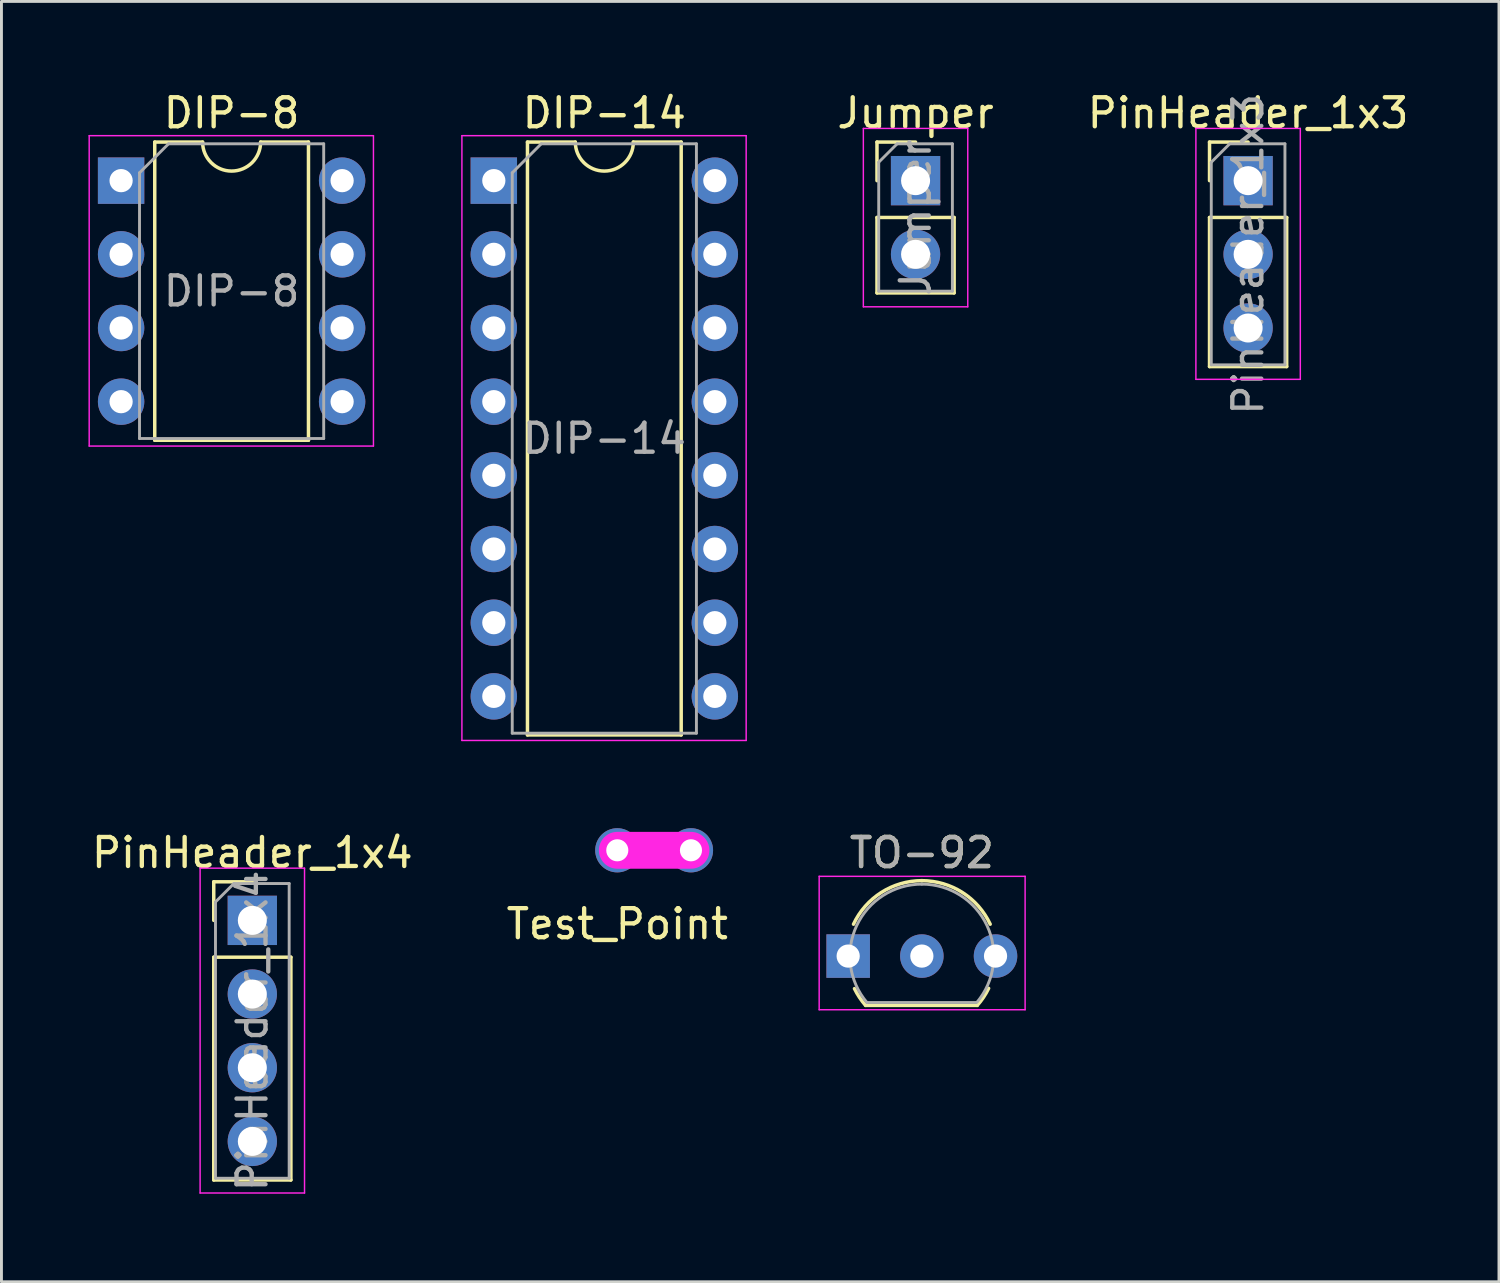
<source format=kicad_pcb>
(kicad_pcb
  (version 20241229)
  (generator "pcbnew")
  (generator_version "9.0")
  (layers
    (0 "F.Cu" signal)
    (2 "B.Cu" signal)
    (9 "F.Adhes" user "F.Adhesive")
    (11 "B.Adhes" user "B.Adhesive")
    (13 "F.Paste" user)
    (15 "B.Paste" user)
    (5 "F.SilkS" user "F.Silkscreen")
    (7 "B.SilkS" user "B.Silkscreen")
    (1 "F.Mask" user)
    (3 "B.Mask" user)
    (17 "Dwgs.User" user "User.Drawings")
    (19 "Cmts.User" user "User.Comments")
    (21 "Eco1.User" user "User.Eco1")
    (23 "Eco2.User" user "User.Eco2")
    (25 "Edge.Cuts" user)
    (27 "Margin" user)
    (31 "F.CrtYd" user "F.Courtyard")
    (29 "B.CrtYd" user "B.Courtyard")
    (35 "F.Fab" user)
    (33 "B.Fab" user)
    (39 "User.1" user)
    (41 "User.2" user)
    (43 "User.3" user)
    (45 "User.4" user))
  (footprint "PinHeader_1x4"
    (layer "F.Cu")
    (at 5.649 28.681)
    (property "Reference" "PinHeader_1x4" (at 0 -2.33 0) (layer "F.SilkS") (effects (font (size 1 1) (thickness 0.15))))
    (attr through_hole)
    (fp_line (start -1.33 -1.33) (end 0 -1.33) (stroke (width 0.12) (type solid)) (layer "F.SilkS"))
    (fp_line (start -1.33 0) (end -1.33 -1.33) (stroke (width 0.12) (type solid)) (layer "F.SilkS"))
    (fp_line (start -1.33 1.27) (end -1.33 8.95) (stroke (width 0.12) (type solid)) (layer "F.SilkS"))
    (fp_line (start -1.33 1.27) (end 1.33 1.27) (stroke (width 0.12) (type solid)) (layer "F.SilkS"))
    (fp_line (start -1.33 8.95) (end 1.33 8.95) (stroke (width 0.12) (type solid)) (layer "F.SilkS"))
    (fp_line (start 1.33 1.27) (end 1.33 8.95) (stroke (width 0.12) (type solid)) (layer "F.SilkS"))
    (fp_line (start -1.8 -1.8) (end -1.8 9.4) (stroke (width 0.05) (type solid)) (layer "F.CrtYd"))
    (fp_line (start -1.8 9.4) (end 1.8 9.4) (stroke (width 0.05) (type solid)) (layer "F.CrtYd"))
    (fp_line (start 1.8 -1.8) (end -1.8 -1.8) (stroke (width 0.05) (type solid)) (layer "F.CrtYd"))
    (fp_line (start 1.8 9.4) (end 1.8 -1.8) (stroke (width 0.05) (type solid)) (layer "F.CrtYd"))
    (fp_line (start -1.27 -0.635) (end -0.635 -1.27) (stroke (width 0.1) (type solid)) (layer "F.Fab"))
    (fp_line (start -1.27 8.89) (end -1.27 -0.635) (stroke (width 0.1) (type solid)) (layer "F.Fab"))
    (fp_line (start -0.635 -1.27) (end 1.27 -1.27) (stroke (width 0.1) (type solid)) (layer "F.Fab"))
    (fp_line (start 1.27 -1.27) (end 1.27 8.89) (stroke (width 0.1) (type solid)) (layer "F.Fab"))
    (fp_line (start 1.27 8.89) (end -1.27 8.89) (stroke (width 0.1) (type solid)) (layer "F.Fab"))
    (fp_text user "${REFERENCE}" (at 0 3.81 90) (layer "F.Fab") (effects (font (size 1 1) (thickness 0.15))))
    (pad "1" thru_hole rect (at 0 0) (size 1.7 1.7) (drill 1) (layers "*.Cu" "*.Mask"))
    (pad "2" thru_hole oval (at 0 2.54) (size 1.7 1.7) (drill 1) (layers "*.Cu" "*.Mask"))
    (pad "3" thru_hole oval (at 0 5.08) (size 1.7 1.7) (drill 1) (layers "*.Cu" "*.Mask"))
    (pad "4" thru_hole oval (at 0 7.62) (size 1.7 1.7) (drill 1) (layers "*.Cu" "*.Mask")))
  (footprint "Test_Point"
    (layer "F.Cu")
    (at 18.232 26.265)
    (property "Reference" "Test_Point" (at 0 2.54 0) (layer "F.SilkS") (effects (font (size 1 1) (thickness 0.15))))
    (attr through_hole)
    (fp_line (start 0 0) (end 2.54 0) (stroke (width 1.27) (type solid)) (layer "F.CrtYd"))
    (pad "1" thru_hole circle (at 0 0) (size 1.524 1.524) (drill 0.762) (layers "*.Cu" "*.Mask"))
    (pad "1" thru_hole circle (at 2.54 0) (size 1.524 1.524) (drill 0.762) (layers "*.Cu" "*.Mask")))
  (footprint "DIP-8"
    (layer "F.Cu")
    (at 1.125 3.178)
    (property "Reference" "DIP-8" (at 3.81 -2.33 0) (layer "F.SilkS") (effects (font (size 1 1) (thickness 0.15))))
    (attr through_hole)
    (fp_line (start 1.16 -1.33) (end 1.16 8.95) (stroke (width 0.12) (type solid)) (layer "F.SilkS"))
    (fp_line (start 1.16 8.95) (end 6.46 8.95) (stroke (width 0.12) (type solid)) (layer "F.SilkS"))
    (fp_line (start 2.81 -1.33) (end 1.16 -1.33) (stroke (width 0.12) (type solid)) (layer "F.SilkS"))
    (fp_line (start 6.46 -1.33) (end 4.81 -1.33) (stroke (width 0.12) (type solid)) (layer "F.SilkS"))
    (fp_line (start 6.46 8.95) (end 6.46 -1.33) (stroke (width 0.12) (type solid)) (layer "F.SilkS"))
    (fp_arc (start 4.81 -1.33) (mid 3.81 -0.33) (end 2.81 -1.33) (stroke (width 0.12) (type solid)) (layer "F.SilkS"))
    (fp_line (start -1.1 -1.55) (end -1.1 9.15) (stroke (width 0.05) (type solid)) (layer "F.CrtYd"))
    (fp_line (start -1.1 9.15) (end 8.7 9.15) (stroke (width 0.05) (type solid)) (layer "F.CrtYd"))
    (fp_line (start 8.7 -1.55) (end -1.1 -1.55) (stroke (width 0.05) (type solid)) (layer "F.CrtYd"))
    (fp_line (start 8.7 9.15) (end 8.7 -1.55) (stroke (width 0.05) (type solid)) (layer "F.CrtYd"))
    (fp_line (start 0.635 -0.27) (end 1.635 -1.27) (stroke (width 0.1) (type solid)) (layer "F.Fab"))
    (fp_line (start 0.635 8.89) (end 0.635 -0.27) (stroke (width 0.1) (type solid)) (layer "F.Fab"))
    (fp_line (start 1.635 -1.27) (end 6.985 -1.27) (stroke (width 0.1) (type solid)) (layer "F.Fab"))
    (fp_line (start 6.985 -1.27) (end 6.985 8.89) (stroke (width 0.1) (type solid)) (layer "F.Fab"))
    (fp_line (start 6.985 8.89) (end 0.635 8.89) (stroke (width 0.1) (type solid)) (layer "F.Fab"))
    (fp_text user "${REFERENCE}" (at 3.81 3.81 0) (layer "F.Fab") (effects (font (size 1 1) (thickness 0.15))))
    (pad "1" thru_hole rect (at 0 0) (size 1.6 1.6) (drill 0.8) (layers "*.Cu" "*.Mask"))
    (pad "2" thru_hole oval (at 0 2.54) (size 1.6 1.6) (drill 0.8) (layers "*.Cu" "*.Mask"))
    (pad "3" thru_hole oval (at 0 5.08) (size 1.6 1.6) (drill 0.8) (layers "*.Cu" "*.Mask"))
    (pad "4" thru_hole oval (at 0 7.62) (size 1.6 1.6) (drill 0.8) (layers "*.Cu" "*.Mask"))
    (pad "5" thru_hole oval (at 7.62 7.62) (size 1.6 1.6) (drill 0.8) (layers "*.Cu" "*.Mask"))
    (pad "6" thru_hole oval (at 7.62 5.08) (size 1.6 1.6) (drill 0.8) (layers "*.Cu" "*.Mask"))
    (pad "7" thru_hole oval (at 7.62 2.54) (size 1.6 1.6) (drill 0.8) (layers "*.Cu" "*.Mask"))
    (pad "8" thru_hole oval (at 7.62 0) (size 1.6 1.6) (drill 0.8) (layers "*.Cu" "*.Mask")))
  (footprint "TO-92"
    (layer "F.Cu")
    (at 26.192 29.912)
    (property "Reference" "TO-92" (at 2.54 -3.56 0) (layer "F.SilkS") (effects (font (size 1 1) (thickness 0.15))))
    (attr through_hole)
    (fp_line (start 0.6 1.7) (end 4.45 1.7) (stroke (width 0.12) (type solid)) (layer "F.SilkS"))
    (fp_arc (start 0.1836 -1.098807) (mid 1.143021 -2.192817) (end 2.54 -2.6) (stroke (width 0.12) (type solid)) (layer "F.SilkS"))
    (fp_arc (start 0.6 1.7) (mid 0.389183 1.423933) (end 0.217369 1.122045) (stroke (width 0.12) (type solid)) (layer "F.SilkS"))
    (fp_arc (start 2.54 -2.6) (mid 3.936979 -2.192818) (end 4.8964 -1.098807) (stroke (width 0.12) (type solid)) (layer "F.SilkS"))
    (fp_arc (start 4.842383 1.112264) (mid 4.666594 1.419753) (end 4.45 1.7) (stroke (width 0.12) (type solid)) (layer "F.SilkS"))
    (fp_line (start -1 -2.75) (end -1 1.85) (stroke (width 0.05) (type solid)) (layer "F.CrtYd"))
    (fp_line (start -1 -2.75) (end 6.1 -2.75) (stroke (width 0.05) (type solid)) (layer "F.CrtYd"))
    (fp_line (start 6.1 1.85) (end -1 1.85) (stroke (width 0.05) (type solid)) (layer "F.CrtYd"))
    (fp_line (start 6.1 1.85) (end 6.1 -2.75) (stroke (width 0.05) (type solid)) (layer "F.CrtYd"))
    (fp_line (start 0.65 1.6) (end 4.4 1.6) (stroke (width 0.1) (type solid)) (layer "F.Fab"))
    (fp_arc (start 0.647182 1.602385) (mid 0.290076 -1.043188) (end 2.54 -2.48) (stroke (width 0.1) (type solid)) (layer "F.Fab"))
    (fp_arc (start 2.54 -2.48) (mid 4.787211 -1.049019) (end 4.441103 1.592547) (stroke (width 0.1) (type solid)) (layer "F.Fab"))
    (fp_text user "${REFERENCE}" (at 2.54 -3.56 0) (layer "F.Fab") (effects (font (size 1 1) (thickness 0.15))))
    (pad "1" thru_hole rect (at 0 0 90) (size 1.5 1.5) (drill 0.8) (layers "*.Cu" "*.Mask"))
    (pad "2" thru_hole circle (at 2.54 0 90) (size 1.5 1.5) (drill 0.8) (layers "*.Cu" "*.Mask"))
    (pad "3" thru_hole circle (at 5.08 0 90) (size 1.5 1.5) (drill 0.8) (layers "*.Cu" "*.Mask")))
  (footprint "DIP-14"
    (layer "F.Cu")
    (at 13.975 3.178)
    (property "Reference" "DIP-14" (at 3.81 -2.33 0) (layer "F.SilkS") (effects (font (size 1 1) (thickness 0.15))))
    (attr through_hole)
    (fp_line (start 1.16 -1.33) (end 1.16 19.11) (stroke (width 0.12) (type solid)) (layer "F.SilkS"))
    (fp_line (start 1.16 19.11) (end 6.46 19.11) (stroke (width 0.12) (type solid)) (layer "F.SilkS"))
    (fp_line (start 2.81 -1.33) (end 1.16 -1.33) (stroke (width 0.12) (type solid)) (layer "F.SilkS"))
    (fp_line (start 6.46 -1.33) (end 4.81 -1.33) (stroke (width 0.12) (type solid)) (layer "F.SilkS"))
    (fp_line (start 6.46 19.11) (end 6.46 -1.33) (stroke (width 0.12) (type solid)) (layer "F.SilkS"))
    (fp_arc (start 4.81 -1.33) (mid 3.81 -0.33) (end 2.81 -1.33) (stroke (width 0.12) (type solid)) (layer "F.SilkS"))
    (fp_line (start -1.1 -1.55) (end -1.1 19.3) (stroke (width 0.05) (type solid)) (layer "F.CrtYd"))
    (fp_line (start -1.1 19.3) (end 8.7 19.3) (stroke (width 0.05) (type solid)) (layer "F.CrtYd"))
    (fp_line (start 8.7 -1.55) (end -1.1 -1.55) (stroke (width 0.05) (type solid)) (layer "F.CrtYd"))
    (fp_line (start 8.7 19.3) (end 8.7 -1.55) (stroke (width 0.05) (type solid)) (layer "F.CrtYd"))
    (fp_line (start 0.635 -0.27) (end 1.635 -1.27) (stroke (width 0.1) (type solid)) (layer "F.Fab"))
    (fp_line (start 0.635 19.05) (end 0.635 -0.27) (stroke (width 0.1) (type solid)) (layer "F.Fab"))
    (fp_line (start 1.635 -1.27) (end 6.985 -1.27) (stroke (width 0.1) (type solid)) (layer "F.Fab"))
    (fp_line (start 6.985 -1.27) (end 6.985 19.05) (stroke (width 0.1) (type solid)) (layer "F.Fab"))
    (fp_line (start 6.985 19.05) (end 0.635 19.05) (stroke (width 0.1) (type solid)) (layer "F.Fab"))
    (fp_text user "${REFERENCE}" (at 3.81 8.89 0) (layer "F.Fab") (effects (font (size 1 1) (thickness 0.15))))
    (pad "" thru_hole oval (at 0 17.78) (size 1.6 1.6) (drill 0.8) (layers "*.Cu" "*.Mask"))
    (pad "" thru_hole oval (at 7.62 17.78) (size 1.6 1.6) (drill 0.8) (layers "*.Cu" "*.Mask"))
    (pad "1" thru_hole rect (at 0 0) (size 1.6 1.6) (drill 0.8) (layers "*.Cu" "*.Mask"))
    (pad "2" thru_hole oval (at 0 2.54) (size 1.6 1.6) (drill 0.8) (layers "*.Cu" "*.Mask"))
    (pad "3" thru_hole oval (at 0 5.08) (size 1.6 1.6) (drill 0.8) (layers "*.Cu" "*.Mask"))
    (pad "4" thru_hole oval (at 0 7.62) (size 1.6 1.6) (drill 0.8) (layers "*.Cu" "*.Mask"))
    (pad "5" thru_hole oval (at 0 10.16) (size 1.6 1.6) (drill 0.8) (layers "*.Cu" "*.Mask"))
    (pad "6" thru_hole oval (at 0 12.7) (size 1.6 1.6) (drill 0.8) (layers "*.Cu" "*.Mask"))
    (pad "7" thru_hole oval (at 0 15.24) (size 1.6 1.6) (drill 0.8) (layers "*.Cu" "*.Mask"))
    (pad "8" thru_hole oval (at 7.62 15.24) (size 1.6 1.6) (drill 0.8) (layers "*.Cu" "*.Mask"))
    (pad "9" thru_hole oval (at 7.62 12.7) (size 1.6 1.6) (drill 0.8) (layers "*.Cu" "*.Mask"))
    (pad "10" thru_hole oval (at 7.62 10.16) (size 1.6 1.6) (drill 0.8) (layers "*.Cu" "*.Mask"))
    (pad "11" thru_hole oval (at 7.62 7.62) (size 1.6 1.6) (drill 0.8) (layers "*.Cu" "*.Mask"))
    (pad "12" thru_hole oval (at 7.62 5.08) (size 1.6 1.6) (drill 0.8) (layers "*.Cu" "*.Mask"))
    (pad "13" thru_hole oval (at 7.62 2.54) (size 1.6 1.6) (drill 0.8) (layers "*.Cu" "*.Mask"))
    (pad "14" thru_hole oval (at 7.62 0) (size 1.6 1.6) (drill 0.8) (layers "*.Cu" "*.Mask")))
  (footprint "PinHeader_1x3"
    (layer "F.Cu")
    (at 39.98 3.178)
    (property "Reference" "PinHeader_1x3" (at 0 -2.33 0) (layer "F.SilkS") (effects (font (size 1 1) (thickness 0.15))))
    (attr through_hole)
    (fp_line (start -1.33 -1.33) (end 0 -1.33) (stroke (width 0.12) (type solid)) (layer "F.SilkS"))
    (fp_line (start -1.33 0) (end -1.33 -1.33) (stroke (width 0.12) (type solid)) (layer "F.SilkS"))
    (fp_line (start -1.33 1.27) (end -1.33 6.41) (stroke (width 0.12) (type solid)) (layer "F.SilkS"))
    (fp_line (start -1.33 1.27) (end 1.33 1.27) (stroke (width 0.12) (type solid)) (layer "F.SilkS"))
    (fp_line (start -1.33 6.41) (end 1.33 6.41) (stroke (width 0.12) (type solid)) (layer "F.SilkS"))
    (fp_line (start 1.33 1.27) (end 1.33 6.41) (stroke (width 0.12) (type solid)) (layer "F.SilkS"))
    (fp_line (start -1.8 -1.8) (end -1.8 6.85) (stroke (width 0.05) (type solid)) (layer "F.CrtYd"))
    (fp_line (start -1.8 6.85) (end 1.8 6.85) (stroke (width 0.05) (type solid)) (layer "F.CrtYd"))
    (fp_line (start 1.8 -1.8) (end -1.8 -1.8) (stroke (width 0.05) (type solid)) (layer "F.CrtYd"))
    (fp_line (start 1.8 6.85) (end 1.8 -1.8) (stroke (width 0.05) (type solid)) (layer "F.CrtYd"))
    (fp_line (start -1.27 -0.635) (end -0.635 -1.27) (stroke (width 0.1) (type solid)) (layer "F.Fab"))
    (fp_line (start -1.27 6.35) (end -1.27 -0.635) (stroke (width 0.1) (type solid)) (layer "F.Fab"))
    (fp_line (start -0.635 -1.27) (end 1.27 -1.27) (stroke (width 0.1) (type solid)) (layer "F.Fab"))
    (fp_line (start 1.27 -1.27) (end 1.27 6.35) (stroke (width 0.1) (type solid)) (layer "F.Fab"))
    (fp_line (start 1.27 6.35) (end -1.27 6.35) (stroke (width 0.1) (type solid)) (layer "F.Fab"))
    (fp_text user "${REFERENCE}" (at 0 2.54 90) (layer "F.Fab") (effects (font (size 1 1) (thickness 0.15))))
    (pad "1" thru_hole rect (at 0 0) (size 1.7 1.7) (drill 1) (layers "*.Cu" "*.Mask"))
    (pad "2" thru_hole oval (at 0 2.54) (size 1.7 1.7) (drill 1) (layers "*.Cu" "*.Mask"))
    (pad "3" thru_hole oval (at 0 5.08) (size 1.7 1.7) (drill 1) (layers "*.Cu" "*.Mask")))
  (footprint "Jumper"
    (layer "F.Cu")
    (at 28.515 3.178)
    (property "Reference" "Jumper" (at 0 -2.33 0) (layer "F.SilkS") (effects (font (size 1 1) (thickness 0.15))))
    (attr through_hole)
    (fp_line (start -1.33 -1.33) (end 0 -1.33) (stroke (width 0.12) (type solid)) (layer "F.SilkS"))
    (fp_line (start -1.33 0) (end -1.33 -1.33) (stroke (width 0.12) (type solid)) (layer "F.SilkS"))
    (fp_line (start -1.33 1.27) (end -1.33 3.87) (stroke (width 0.12) (type solid)) (layer "F.SilkS"))
    (fp_line (start -1.33 1.27) (end 1.33 1.27) (stroke (width 0.12) (type solid)) (layer "F.SilkS"))
    (fp_line (start -1.33 3.87) (end 1.33 3.87) (stroke (width 0.12) (type solid)) (layer "F.SilkS"))
    (fp_line (start 1.33 1.27) (end 1.33 3.87) (stroke (width 0.12) (type solid)) (layer "F.SilkS"))
    (fp_line (start -1.8 -1.8) (end -1.8 4.35) (stroke (width 0.05) (type solid)) (layer "F.CrtYd"))
    (fp_line (start -1.8 4.35) (end 1.8 4.35) (stroke (width 0.05) (type solid)) (layer "F.CrtYd"))
    (fp_line (start 1.8 -1.8) (end -1.8 -1.8) (stroke (width 0.05) (type solid)) (layer "F.CrtYd"))
    (fp_line (start 1.8 4.35) (end 1.8 -1.8) (stroke (width 0.05) (type solid)) (layer "F.CrtYd"))
    (fp_line (start -1.27 -0.635) (end -0.635 -1.27) (stroke (width 0.1) (type solid)) (layer "F.Fab"))
    (fp_line (start -1.27 3.81) (end -1.27 -0.635) (stroke (width 0.1) (type solid)) (layer "F.Fab"))
    (fp_line (start -0.635 -1.27) (end 1.27 -1.27) (stroke (width 0.1) (type solid)) (layer "F.Fab"))
    (fp_line (start 1.27 -1.27) (end 1.27 3.81) (stroke (width 0.1) (type solid)) (layer "F.Fab"))
    (fp_line (start 1.27 3.81) (end -1.27 3.81) (stroke (width 0.1) (type solid)) (layer "F.Fab"))
    (fp_text user "${REFERENCE}" (at 0 1.27 90) (layer "F.Fab") (effects (font (size 1 1) (thickness 0.15))))
    (pad "1" thru_hole rect (at 0 0) (size 1.7 1.7) (drill 1) (layers "*.Cu" "*.Mask"))
    (pad "2" thru_hole oval (at 0 2.54) (size 1.7 1.7) (drill 1) (layers "*.Cu" "*.Mask")))
  (gr_rect
    (start -3 -3)
    (end 48.629 41.14)
    (stroke (width 0.1) (type default))
    (fill no)
    (layer "Edge.Cuts")))
</source>
